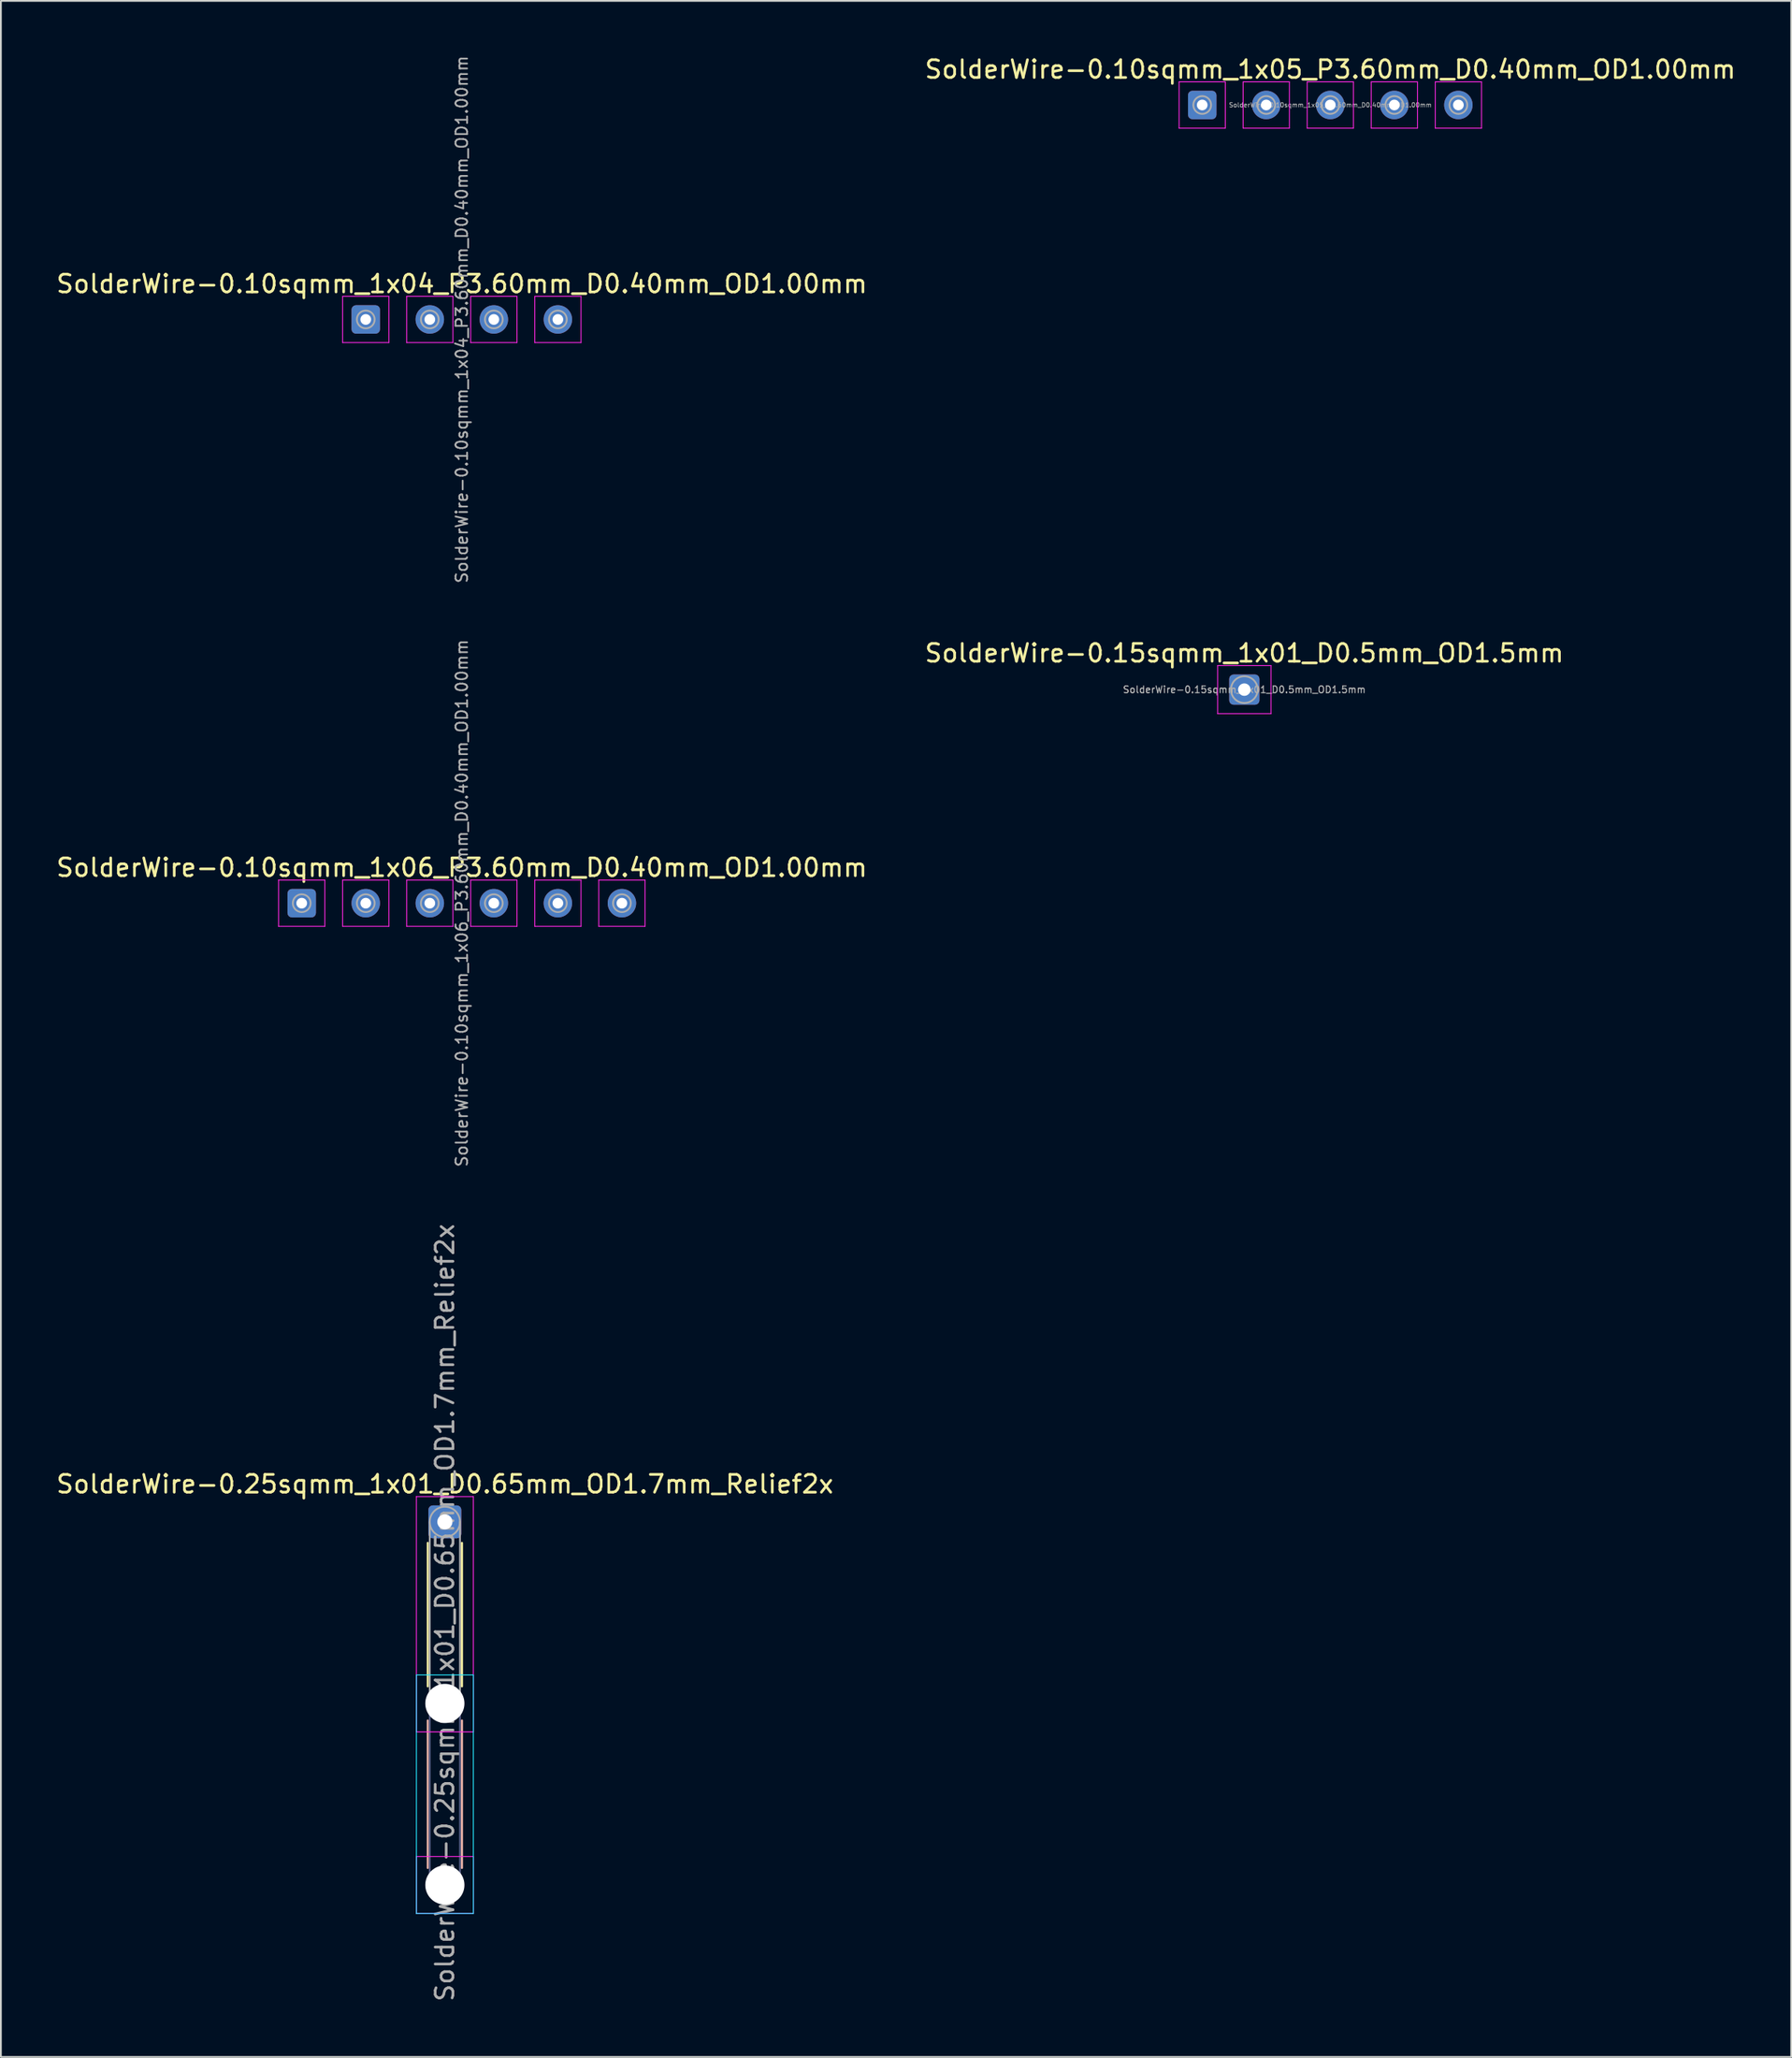
<source format=kicad_pcb>
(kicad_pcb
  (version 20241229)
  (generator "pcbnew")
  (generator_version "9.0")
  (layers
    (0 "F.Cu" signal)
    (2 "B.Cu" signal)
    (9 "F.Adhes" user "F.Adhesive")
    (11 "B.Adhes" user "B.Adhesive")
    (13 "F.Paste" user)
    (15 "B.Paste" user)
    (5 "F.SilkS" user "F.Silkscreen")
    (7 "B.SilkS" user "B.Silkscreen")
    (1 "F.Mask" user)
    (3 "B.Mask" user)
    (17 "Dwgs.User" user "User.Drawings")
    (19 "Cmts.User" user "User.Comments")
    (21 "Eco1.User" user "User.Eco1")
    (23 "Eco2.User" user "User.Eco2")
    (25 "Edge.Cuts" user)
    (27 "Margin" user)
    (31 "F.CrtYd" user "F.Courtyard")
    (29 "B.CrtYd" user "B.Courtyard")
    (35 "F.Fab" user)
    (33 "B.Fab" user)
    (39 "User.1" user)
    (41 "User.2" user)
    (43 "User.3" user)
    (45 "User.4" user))
  (footprint "SolderWire-0.15sqmm_1x01_D0.5mm_OD1.5mm"
    (layer "F.Cu")
    (at 66.899 35.69)
    (property "Reference" "SolderWire-0.15sqmm_1x01_D0.5mm_OD1.5mm" (at 0 -2.05 0) (layer "F.SilkS") (effects (font (size 1 1) (thickness 0.15))))
    (attr exclude_from_pos_files exclude_from_bom)
    (fp_line (start -1.5 -1.35) (end -1.5 1.35) (stroke (width 0.05) (type solid)) (layer "F.CrtYd"))
    (fp_line (start -1.5 1.35) (end 1.5 1.35) (stroke (width 0.05) (type solid)) (layer "F.CrtYd"))
    (fp_line (start 1.5 -1.35) (end -1.5 -1.35) (stroke (width 0.05) (type solid)) (layer "F.CrtYd"))
    (fp_line (start 1.5 1.35) (end 1.5 -1.35) (stroke (width 0.05) (type solid)) (layer "F.CrtYd"))
    (fp_circle (center 0 0) (end 0.75 0) (stroke (width 0.1) (type solid)) (fill no) (layer "F.Fab"))
    (fp_text user "${REFERENCE}" (at 0 0 0) (layer "F.Fab") (effects (font (size 0.38 0.38) (thickness 0.06))))
    (pad "1" thru_hole roundrect (at 0 0) (size 1.7 1.7) (drill 0.7) (layers "*.Cu" "*.Mask") (roundrect_rratio 0.147)))
  (footprint "SolderWire-0.10sqmm_1x04_P3.60mm_D0.40mm_OD1.00mm"
    (layer "F.Cu")
    (at 17.511 14.896)
    (property "Reference" "SolderWire-0.10sqmm_1x04_P3.60mm_D0.40mm_OD1.00mm" (at 5.4 -2 0) (layer "F.SilkS") (effects (font (size 1 1) (thickness 0.15))))
    (attr exclude_from_pos_files exclude_from_bom)
    (fp_line (start -1.3 -1.3) (end -1.3 1.3) (stroke (width 0.05) (type solid)) (layer "F.CrtYd"))
    (fp_line (start -1.3 1.3) (end 1.3 1.3) (stroke (width 0.05) (type solid)) (layer "F.CrtYd"))
    (fp_line (start 1.3 -1.3) (end -1.3 -1.3) (stroke (width 0.05) (type solid)) (layer "F.CrtYd"))
    (fp_line (start 1.3 1.3) (end 1.3 -1.3) (stroke (width 0.05) (type solid)) (layer "F.CrtYd"))
    (fp_line (start 2.3 -1.3) (end 2.3 1.3) (stroke (width 0.05) (type solid)) (layer "F.CrtYd"))
    (fp_line (start 2.3 1.3) (end 4.9 1.3) (stroke (width 0.05) (type solid)) (layer "F.CrtYd"))
    (fp_line (start 4.9 -1.3) (end 2.3 -1.3) (stroke (width 0.05) (type solid)) (layer "F.CrtYd"))
    (fp_line (start 4.9 1.3) (end 4.9 -1.3) (stroke (width 0.05) (type solid)) (layer "F.CrtYd"))
    (fp_line (start 5.9 -1.3) (end 5.9 1.3) (stroke (width 0.05) (type solid)) (layer "F.CrtYd"))
    (fp_line (start 5.9 1.3) (end 8.5 1.3) (stroke (width 0.05) (type solid)) (layer "F.CrtYd"))
    (fp_line (start 8.5 -1.3) (end 5.9 -1.3) (stroke (width 0.05) (type solid)) (layer "F.CrtYd"))
    (fp_line (start 8.5 1.3) (end 8.5 -1.3) (stroke (width 0.05) (type solid)) (layer "F.CrtYd"))
    (fp_line (start 9.5 -1.3) (end 9.5 1.3) (stroke (width 0.05) (type solid)) (layer "F.CrtYd"))
    (fp_line (start 9.5 1.3) (end 12.1 1.3) (stroke (width 0.05) (type solid)) (layer "F.CrtYd"))
    (fp_line (start 12.1 -1.3) (end 9.5 -1.3) (stroke (width 0.05) (type solid)) (layer "F.CrtYd"))
    (fp_line (start 12.1 1.3) (end 12.1 -1.3) (stroke (width 0.05) (type solid)) (layer "F.CrtYd"))
    (fp_circle (center 0 0) (end 0.5 0) (stroke (width 0.1) (type solid)) (fill no) (layer "F.Fab"))
    (fp_circle (center 3.6 0) (end 4.1 0) (stroke (width 0.1) (type solid)) (fill no) (layer "F.Fab"))
    (fp_circle (center 7.2 0) (end 7.7 0) (stroke (width 0.1) (type solid)) (fill no) (layer "F.Fab"))
    (fp_circle (center 10.8 0) (end 11.3 0) (stroke (width 0.1) (type solid)) (fill no) (layer "F.Fab"))
    (fp_text user "${REFERENCE}" (at 5.4 0 90) (layer "F.Fab") (effects (font (size 0.65 0.65) (thickness 0.1))))
    (pad "1" thru_hole roundrect (at 0 0) (size 1.6 1.6) (drill 0.6) (layers "*.Cu" "*.Mask") (roundrect_rratio 0.156))
    (pad "2" thru_hole circle (at 3.6 0) (size 1.6 1.6) (drill 0.6) (layers "*.Cu" "*.Mask"))
    (pad "3" thru_hole circle (at 7.2 0) (size 1.6 1.6) (drill 0.6) (layers "*.Cu" "*.Mask"))
    (pad "4" thru_hole circle (at 10.8 0) (size 1.6 1.6) (drill 0.6) (layers "*.Cu" "*.Mask")))
  (footprint "SolderWire-0.10sqmm_1x05_P3.60mm_D0.40mm_OD1.00mm"
    (layer "F.Cu")
    (at 64.532 2.848)
    (property "Reference" "SolderWire-0.10sqmm_1x05_P3.60mm_D0.40mm_OD1.00mm" (at 7.2 -2 0) (layer "F.SilkS") (effects (font (size 1 1) (thickness 0.15))))
    (attr exclude_from_pos_files exclude_from_bom)
    (fp_line (start -1.3 -1.3) (end -1.3 1.3) (stroke (width 0.05) (type solid)) (layer "F.CrtYd"))
    (fp_line (start -1.3 1.3) (end 1.3 1.3) (stroke (width 0.05) (type solid)) (layer "F.CrtYd"))
    (fp_line (start 1.3 -1.3) (end -1.3 -1.3) (stroke (width 0.05) (type solid)) (layer "F.CrtYd"))
    (fp_line (start 1.3 1.3) (end 1.3 -1.3) (stroke (width 0.05) (type solid)) (layer "F.CrtYd"))
    (fp_line (start 2.3 -1.3) (end 2.3 1.3) (stroke (width 0.05) (type solid)) (layer "F.CrtYd"))
    (fp_line (start 2.3 1.3) (end 4.9 1.3) (stroke (width 0.05) (type solid)) (layer "F.CrtYd"))
    (fp_line (start 4.9 -1.3) (end 2.3 -1.3) (stroke (width 0.05) (type solid)) (layer "F.CrtYd"))
    (fp_line (start 4.9 1.3) (end 4.9 -1.3) (stroke (width 0.05) (type solid)) (layer "F.CrtYd"))
    (fp_line (start 5.9 -1.3) (end 5.9 1.3) (stroke (width 0.05) (type solid)) (layer "F.CrtYd"))
    (fp_line (start 5.9 1.3) (end 8.5 1.3) (stroke (width 0.05) (type solid)) (layer "F.CrtYd"))
    (fp_line (start 8.5 -1.3) (end 5.9 -1.3) (stroke (width 0.05) (type solid)) (layer "F.CrtYd"))
    (fp_line (start 8.5 1.3) (end 8.5 -1.3) (stroke (width 0.05) (type solid)) (layer "F.CrtYd"))
    (fp_line (start 9.5 -1.3) (end 9.5 1.3) (stroke (width 0.05) (type solid)) (layer "F.CrtYd"))
    (fp_line (start 9.5 1.3) (end 12.1 1.3) (stroke (width 0.05) (type solid)) (layer "F.CrtYd"))
    (fp_line (start 12.1 -1.3) (end 9.5 -1.3) (stroke (width 0.05) (type solid)) (layer "F.CrtYd"))
    (fp_line (start 12.1 1.3) (end 12.1 -1.3) (stroke (width 0.05) (type solid)) (layer "F.CrtYd"))
    (fp_line (start 13.1 -1.3) (end 13.1 1.3) (stroke (width 0.05) (type solid)) (layer "F.CrtYd"))
    (fp_line (start 13.1 1.3) (end 15.7 1.3) (stroke (width 0.05) (type solid)) (layer "F.CrtYd"))
    (fp_line (start 15.7 -1.3) (end 13.1 -1.3) (stroke (width 0.05) (type solid)) (layer "F.CrtYd"))
    (fp_line (start 15.7 1.3) (end 15.7 -1.3) (stroke (width 0.05) (type solid)) (layer "F.CrtYd"))
    (fp_circle (center 0 0) (end 0.5 0) (stroke (width 0.1) (type solid)) (fill no) (layer "F.Fab"))
    (fp_circle (center 3.6 0) (end 4.1 0) (stroke (width 0.1) (type solid)) (fill no) (layer "F.Fab"))
    (fp_circle (center 7.2 0) (end 7.7 0) (stroke (width 0.1) (type solid)) (fill no) (layer "F.Fab"))
    (fp_circle (center 10.8 0) (end 11.3 0) (stroke (width 0.1) (type solid)) (fill no) (layer "F.Fab"))
    (fp_circle (center 14.4 0) (end 14.9 0) (stroke (width 0.1) (type solid)) (fill no) (layer "F.Fab"))
    (fp_text user "${REFERENCE}" (at 7.2 0 0) (layer "F.Fab") (effects (font (size 0.25 0.25) (thickness 0.04))))
    (pad "1" thru_hole roundrect (at 0 0) (size 1.6 1.6) (drill 0.6) (layers "*.Cu" "*.Mask") (roundrect_rratio 0.156))
    (pad "2" thru_hole circle (at 3.6 0) (size 1.6 1.6) (drill 0.6) (layers "*.Cu" "*.Mask"))
    (pad "3" thru_hole circle (at 7.2 0) (size 1.6 1.6) (drill 0.6) (layers "*.Cu" "*.Mask"))
    (pad "4" thru_hole circle (at 10.8 0) (size 1.6 1.6) (drill 0.6) (layers "*.Cu" "*.Mask"))
    (pad "5" thru_hole circle (at 14.4 0) (size 1.6 1.6) (drill 0.6) (layers "*.Cu" "*.Mask")))
  (footprint "SolderWire-0.25sqmm_1x01_D0.65mm_OD1.7mm_Relief2x"
    (layer "F.Cu")
    (at 21.958 82.441)
    (property "Reference" "SolderWire-0.25sqmm_1x01_D0.65mm_OD1.7mm_Relief2x" (at 0 -2.12 0) (layer "F.SilkS") (effects (font (size 1 1) (thickness 0.15))))
    (attr exclude_from_pos_files exclude_from_bom)
    (fp_line (start -0.96 1.185) (end -0.96 9.24) (stroke (width 0.12) (type solid)) (layer "F.SilkS"))
    (fp_line (start 0.96 1.185) (end 0.96 9.24) (stroke (width 0.12) (type solid)) (layer "F.SilkS"))
    (fp_line (start -0.96 11.16) (end -0.96 19.44) (stroke (width 0.12) (type solid)) (layer "B.SilkS"))
    (fp_line (start 0.96 11.16) (end 0.96 19.44) (stroke (width 0.12) (type solid)) (layer "B.SilkS"))
    (fp_line (start -1.6 8.6) (end -1.6 22) (stroke (width 0.05) (type solid)) (layer "B.CrtYd"))
    (fp_line (start -1.6 22) (end 1.6 22) (stroke (width 0.05) (type solid)) (layer "B.CrtYd"))
    (fp_line (start 1.6 8.6) (end -1.6 8.6) (stroke (width 0.05) (type solid)) (layer "B.CrtYd"))
    (fp_line (start 1.6 22) (end 1.6 8.6) (stroke (width 0.05) (type solid)) (layer "B.CrtYd"))
    (fp_line (start -1.6 -1.42) (end -1.6 11.8) (stroke (width 0.05) (type solid)) (layer "F.CrtYd"))
    (fp_line (start -1.6 11.8) (end 1.6 11.8) (stroke (width 0.05) (type solid)) (layer "F.CrtYd"))
    (fp_line (start -1.6 18.8) (end -1.6 22) (stroke (width 0.05) (type solid)) (layer "F.CrtYd"))
    (fp_line (start -1.6 22) (end 1.6 22) (stroke (width 0.05) (type solid)) (layer "F.CrtYd"))
    (fp_line (start 1.6 -1.42) (end -1.6 -1.42) (stroke (width 0.05) (type solid)) (layer "F.CrtYd"))
    (fp_line (start 1.6 11.8) (end 1.6 -1.42) (stroke (width 0.05) (type solid)) (layer "F.CrtYd"))
    (fp_line (start 1.6 18.8) (end -1.6 18.8) (stroke (width 0.05) (type solid)) (layer "F.CrtYd"))
    (fp_line (start 1.6 22) (end 1.6 18.8) (stroke (width 0.05) (type solid)) (layer "F.CrtYd"))
    (fp_line (start -0.85 10.2) (end -0.85 20.4) (stroke (width 0.1) (type solid)) (layer "B.Fab"))
    (fp_line (start 0.85 10.2) (end 0.85 20.4) (stroke (width 0.1) (type solid)) (layer "B.Fab"))
    (fp_circle (center 0 10.2) (end 0.85 10.2) (stroke (width 0.1) (type solid)) (fill no) (layer "B.Fab"))
    (fp_circle (center 0 20.4) (end 0.85 20.4) (stroke (width 0.1) (type solid)) (fill no) (layer "B.Fab"))
    (fp_line (start -0.85 0) (end -0.85 10.2) (stroke (width 0.1) (type solid)) (layer "F.Fab"))
    (fp_line (start 0.85 0) (end 0.85 10.2) (stroke (width 0.1) (type solid)) (layer "F.Fab"))
    (fp_circle (center 0 0) (end 0.85 0) (stroke (width 0.1) (type solid)) (fill no) (layer "F.Fab"))
    (fp_circle (center 0 10.2) (end 0.85 10.2) (stroke (width 0.1) (type solid)) (fill no) (layer "F.Fab"))
    (fp_circle (center 0 20.4) (end 0.85 20.4) (stroke (width 0.1) (type solid)) (fill no) (layer "F.Fab"))
    (fp_text user "${REFERENCE}" (at 0 5.1 90) (layer "F.Fab") (effects (font (size 1 1) (thickness 0.15))))
    (pad "" np_thru_hole circle (at 0 10.2) (size 2.2 2.2) (drill 2.2) (layers "*.Cu" "*.Mask"))
    (pad "" np_thru_hole circle (at 0 20.4) (size 2.2 2.2) (drill 2.2) (layers "*.Cu" "*.Mask"))
    (pad "1" thru_hole roundrect (at 0 0) (size 1.85 1.85) (drill 0.85) (layers "*.Cu" "*.Mask") (roundrect_rratio 0.135)))
  (footprint "SolderWire-0.10sqmm_1x06_P3.60mm_D0.40mm_OD1.00mm"
    (layer "F.Cu")
    (at 13.911 47.687)
    (property "Reference" "SolderWire-0.10sqmm_1x06_P3.60mm_D0.40mm_OD1.00mm" (at 9 -2 0) (layer "F.SilkS") (effects (font (size 1 1) (thickness 0.15))))
    (attr exclude_from_pos_files exclude_from_bom)
    (fp_line (start -1.3 -1.3) (end -1.3 1.3) (stroke (width 0.05) (type solid)) (layer "F.CrtYd"))
    (fp_line (start -1.3 1.3) (end 1.3 1.3) (stroke (width 0.05) (type solid)) (layer "F.CrtYd"))
    (fp_line (start 1.3 -1.3) (end -1.3 -1.3) (stroke (width 0.05) (type solid)) (layer "F.CrtYd"))
    (fp_line (start 1.3 1.3) (end 1.3 -1.3) (stroke (width 0.05) (type solid)) (layer "F.CrtYd"))
    (fp_line (start 2.3 -1.3) (end 2.3 1.3) (stroke (width 0.05) (type solid)) (layer "F.CrtYd"))
    (fp_line (start 2.3 1.3) (end 4.9 1.3) (stroke (width 0.05) (type solid)) (layer "F.CrtYd"))
    (fp_line (start 4.9 -1.3) (end 2.3 -1.3) (stroke (width 0.05) (type solid)) (layer "F.CrtYd"))
    (fp_line (start 4.9 1.3) (end 4.9 -1.3) (stroke (width 0.05) (type solid)) (layer "F.CrtYd"))
    (fp_line (start 5.9 -1.3) (end 5.9 1.3) (stroke (width 0.05) (type solid)) (layer "F.CrtYd"))
    (fp_line (start 5.9 1.3) (end 8.5 1.3) (stroke (width 0.05) (type solid)) (layer "F.CrtYd"))
    (fp_line (start 8.5 -1.3) (end 5.9 -1.3) (stroke (width 0.05) (type solid)) (layer "F.CrtYd"))
    (fp_line (start 8.5 1.3) (end 8.5 -1.3) (stroke (width 0.05) (type solid)) (layer "F.CrtYd"))
    (fp_line (start 9.5 -1.3) (end 9.5 1.3) (stroke (width 0.05) (type solid)) (layer "F.CrtYd"))
    (fp_line (start 9.5 1.3) (end 12.1 1.3) (stroke (width 0.05) (type solid)) (layer "F.CrtYd"))
    (fp_line (start 12.1 -1.3) (end 9.5 -1.3) (stroke (width 0.05) (type solid)) (layer "F.CrtYd"))
    (fp_line (start 12.1 1.3) (end 12.1 -1.3) (stroke (width 0.05) (type solid)) (layer "F.CrtYd"))
    (fp_line (start 13.1 -1.3) (end 13.1 1.3) (stroke (width 0.05) (type solid)) (layer "F.CrtYd"))
    (fp_line (start 13.1 1.3) (end 15.7 1.3) (stroke (width 0.05) (type solid)) (layer "F.CrtYd"))
    (fp_line (start 15.7 -1.3) (end 13.1 -1.3) (stroke (width 0.05) (type solid)) (layer "F.CrtYd"))
    (fp_line (start 15.7 1.3) (end 15.7 -1.3) (stroke (width 0.05) (type solid)) (layer "F.CrtYd"))
    (fp_line (start 16.7 -1.3) (end 16.7 1.3) (stroke (width 0.05) (type solid)) (layer "F.CrtYd"))
    (fp_line (start 16.7 1.3) (end 19.3 1.3) (stroke (width 0.05) (type solid)) (layer "F.CrtYd"))
    (fp_line (start 19.3 -1.3) (end 16.7 -1.3) (stroke (width 0.05) (type solid)) (layer "F.CrtYd"))
    (fp_line (start 19.3 1.3) (end 19.3 -1.3) (stroke (width 0.05) (type solid)) (layer "F.CrtYd"))
    (fp_circle (center 0 0) (end 0.5 0) (stroke (width 0.1) (type solid)) (fill no) (layer "F.Fab"))
    (fp_circle (center 3.6 0) (end 4.1 0) (stroke (width 0.1) (type solid)) (fill no) (layer "F.Fab"))
    (fp_circle (center 7.2 0) (end 7.7 0) (stroke (width 0.1) (type solid)) (fill no) (layer "F.Fab"))
    (fp_circle (center 10.8 0) (end 11.3 0) (stroke (width 0.1) (type solid)) (fill no) (layer "F.Fab"))
    (fp_circle (center 14.4 0) (end 14.9 0) (stroke (width 0.1) (type solid)) (fill no) (layer "F.Fab"))
    (fp_circle (center 18 0) (end 18.5 0) (stroke (width 0.1) (type solid)) (fill no) (layer "F.Fab"))
    (fp_text user "${REFERENCE}" (at 9 0 90) (layer "F.Fab") (effects (font (size 0.65 0.65) (thickness 0.1))))
    (pad "1" thru_hole roundrect (at 0 0) (size 1.6 1.6) (drill 0.6) (layers "*.Cu" "*.Mask") (roundrect_rratio 0.156))
    (pad "2" thru_hole circle (at 3.6 0) (size 1.6 1.6) (drill 0.6) (layers "*.Cu" "*.Mask"))
    (pad "3" thru_hole circle (at 7.2 0) (size 1.6 1.6) (drill 0.6) (layers "*.Cu" "*.Mask"))
    (pad "4" thru_hole circle (at 10.8 0) (size 1.6 1.6) (drill 0.6) (layers "*.Cu" "*.Mask"))
    (pad "5" thru_hole circle (at 14.4 0) (size 1.6 1.6) (drill 0.6) (layers "*.Cu" "*.Mask"))
    (pad "6" thru_hole circle (at 18 0) (size 1.6 1.6) (drill 0.6) (layers "*.Cu" "*.Mask")))
  (gr_rect
    (start -3 -3)
    (end 97.643 112.5)
    (stroke (width 0.1) (type default))
    (fill no)
    (layer "Edge.Cuts")))
</source>
